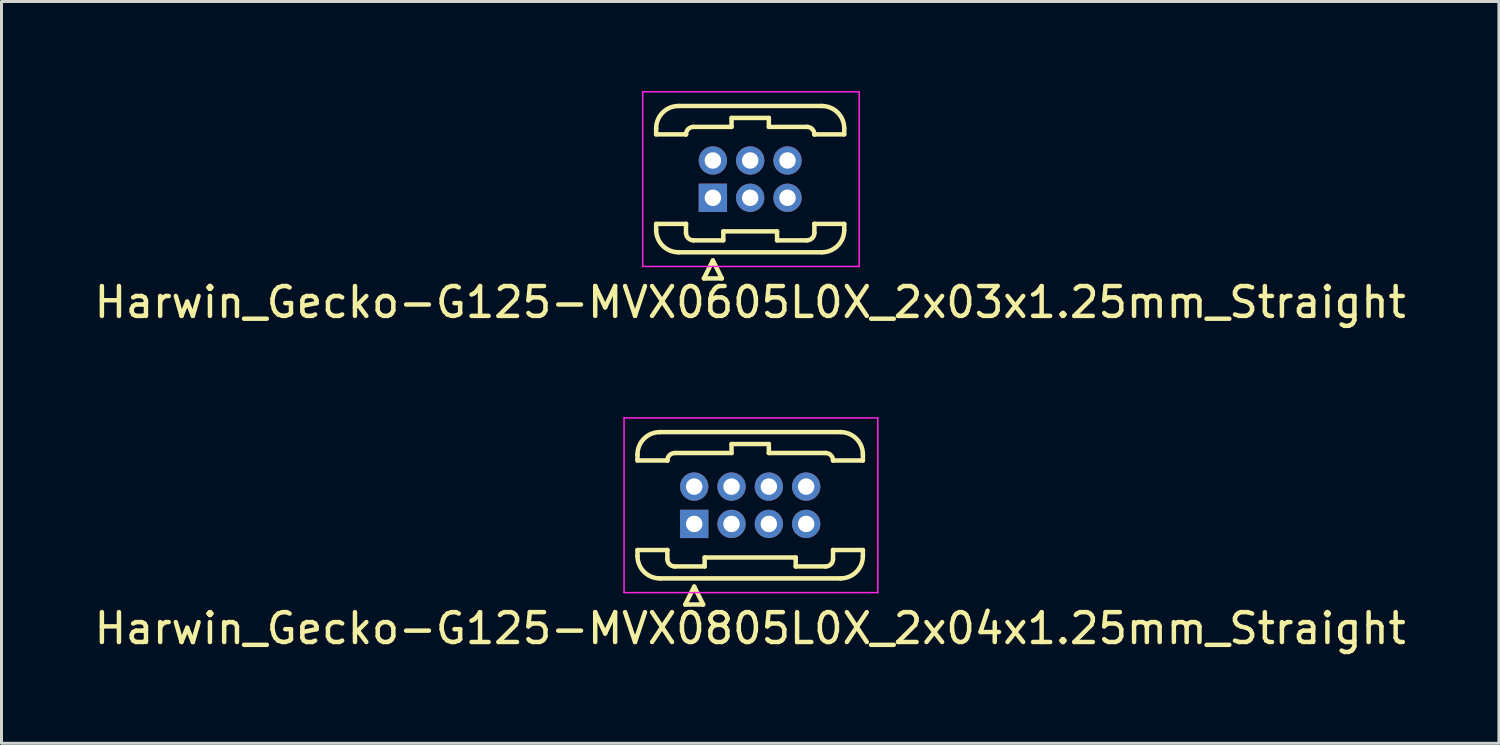
<source format=kicad_pcb>
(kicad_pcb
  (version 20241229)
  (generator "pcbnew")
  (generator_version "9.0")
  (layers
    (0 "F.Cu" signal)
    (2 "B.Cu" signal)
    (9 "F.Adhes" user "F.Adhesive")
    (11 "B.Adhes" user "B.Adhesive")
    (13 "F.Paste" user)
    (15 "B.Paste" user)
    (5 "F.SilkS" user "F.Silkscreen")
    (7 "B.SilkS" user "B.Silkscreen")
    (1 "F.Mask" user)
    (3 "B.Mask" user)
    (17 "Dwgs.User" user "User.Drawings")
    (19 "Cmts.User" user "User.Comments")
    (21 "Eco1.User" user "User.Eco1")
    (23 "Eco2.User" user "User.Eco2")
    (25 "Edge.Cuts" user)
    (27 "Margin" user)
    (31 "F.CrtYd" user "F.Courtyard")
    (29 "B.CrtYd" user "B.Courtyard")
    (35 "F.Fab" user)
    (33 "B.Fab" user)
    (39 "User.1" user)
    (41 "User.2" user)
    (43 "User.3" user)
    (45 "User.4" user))
  (footprint "Harwin_Gecko-G125-MVX0805L0X_2x04x1.25mm_Straight"
    (layer "F.Cu")
    (at 20.202 14.498)
    (property "Reference" "Harwin_Gecko-G125-MVX0805L0X_2x04x1.25mm_Straight" (at 1.875 3.5 0) (layer "F.SilkS") (effects (font (size 1 1) (thickness 0.15))))
    (attr through_hole)
    (fp_line (start -1.9 -2.325) (end -1.9 -2.125) (stroke (width 0.15) (type solid)) (layer "F.SilkS"))
    (fp_line (start -1.9 -2.125) (end -0.9 -2.125) (stroke (width 0.15) (type solid)) (layer "F.SilkS"))
    (fp_line (start -1.9 0.875) (end -0.9 0.875) (stroke (width 0.15) (type solid)) (layer "F.SilkS"))
    (fp_line (start -1.9 1.075) (end -1.9 0.875) (stroke (width 0.15) (type solid)) (layer "F.SilkS"))
    (fp_line (start -1.15 -3.075) (end 4.9 -3.075) (stroke (width 0.15) (type solid)) (layer "F.SilkS"))
    (fp_line (start -1.15 1.825) (end 4.9 1.825) (stroke (width 0.15) (type solid)) (layer "F.SilkS"))
    (fp_line (start -0.9 -2.125) (end -0.9 -2.125) (stroke (width 0.15) (type solid)) (layer "F.SilkS"))
    (fp_line (start -0.9 0.875) (end -0.9 0.875) (stroke (width 0.15) (type solid)) (layer "F.SilkS"))
    (fp_line (start -0.9 1.175) (end -0.9 0.875) (stroke (width 0.15) (type solid)) (layer "F.SilkS"))
    (fp_line (start -0.65 -2.375) (end 1.25 -2.375) (stroke (width 0.15) (type solid)) (layer "F.SilkS"))
    (fp_line (start -0.65 1.425) (end 0.35 1.425) (stroke (width 0.15) (type solid)) (layer "F.SilkS"))
    (fp_line (start -0.3 2.7) (end 0.3 2.7) (stroke (width 0.15) (type solid)) (layer "F.SilkS"))
    (fp_line (start 0 2.1) (end -0.3 2.7) (stroke (width 0.15) (type solid)) (layer "F.SilkS"))
    (fp_line (start 0.3 2.7) (end 0 2.1) (stroke (width 0.15) (type solid)) (layer "F.SilkS"))
    (fp_line (start 0.35 1.125) (end 3.4 1.125) (stroke (width 0.15) (type solid)) (layer "F.SilkS"))
    (fp_line (start 0.35 1.425) (end 0.35 1.125) (stroke (width 0.15) (type solid)) (layer "F.SilkS"))
    (fp_line (start 1.25 -2.675) (end 2.5 -2.675) (stroke (width 0.15) (type solid)) (layer "F.SilkS"))
    (fp_line (start 1.25 -2.375) (end 1.25 -2.675) (stroke (width 0.15) (type solid)) (layer "F.SilkS"))
    (fp_line (start 2.5 -2.675) (end 2.5 -2.375) (stroke (width 0.15) (type solid)) (layer "F.SilkS"))
    (fp_line (start 2.5 -2.375) (end 4.4 -2.375) (stroke (width 0.15) (type solid)) (layer "F.SilkS"))
    (fp_line (start 3.4 1.125) (end 3.4 1.425) (stroke (width 0.15) (type solid)) (layer "F.SilkS"))
    (fp_line (start 3.4 1.425) (end 4.4 1.425) (stroke (width 0.15) (type solid)) (layer "F.SilkS"))
    (fp_line (start 4.65 -2.125) (end 4.65 -2.125) (stroke (width 0.15) (type solid)) (layer "F.SilkS"))
    (fp_line (start 4.65 0.875) (end 4.65 0.875) (stroke (width 0.15) (type solid)) (layer "F.SilkS"))
    (fp_line (start 4.65 1.175) (end 4.65 0.875) (stroke (width 0.15) (type solid)) (layer "F.SilkS"))
    (fp_line (start 5.65 -2.325) (end 5.65 -2.125) (stroke (width 0.15) (type solid)) (layer "F.SilkS"))
    (fp_line (start 5.65 -2.125) (end 4.65 -2.125) (stroke (width 0.15) (type solid)) (layer "F.SilkS"))
    (fp_line (start 5.65 0.875) (end 4.65 0.875) (stroke (width 0.15) (type solid)) (layer "F.SilkS"))
    (fp_line (start 5.65 1.075) (end 5.65 0.875) (stroke (width 0.15) (type solid)) (layer "F.SilkS"))
    (fp_arc (start -1.9 -2.325) (mid -1.68033 -2.85533) (end -1.15 -3.075) (stroke (width 0.15) (type solid)) (layer "F.SilkS"))
    (fp_arc (start -1.15 1.825) (mid -1.68033 1.60533) (end -1.9 1.075) (stroke (width 0.15) (type solid)) (layer "F.SilkS"))
    (fp_arc (start -0.9 -2.125) (mid -0.826777 -2.301777) (end -0.65 -2.375) (stroke (width 0.15) (type solid)) (layer "F.SilkS"))
    (fp_arc (start -0.65 1.425) (mid -0.826777 1.351777) (end -0.9 1.175) (stroke (width 0.15) (type solid)) (layer "F.SilkS"))
    (fp_arc (start 4.4 -2.375) (mid 4.576777 -2.301777) (end 4.65 -2.125) (stroke (width 0.15) (type solid)) (layer "F.SilkS"))
    (fp_arc (start 4.65 1.175) (mid 4.576777 1.351777) (end 4.4 1.425) (stroke (width 0.15) (type solid)) (layer "F.SilkS"))
    (fp_arc (start 4.9 -3.075) (mid 5.43033 -2.85533) (end 5.65 -2.325) (stroke (width 0.15) (type solid)) (layer "F.SilkS"))
    (fp_arc (start 5.65 1.075) (mid 5.43033 1.60533) (end 4.9 1.825) (stroke (width 0.15) (type solid)) (layer "F.SilkS"))
    (fp_line (start -2.35 -3.55) (end -2.35 2.3) (stroke (width 0.05) (type solid)) (layer "F.CrtYd"))
    (fp_line (start -2.35 2.3) (end 6.15 2.3) (stroke (width 0.05) (type solid)) (layer "F.CrtYd"))
    (fp_line (start 6.15 -3.55) (end -2.35 -3.55) (stroke (width 0.05) (type solid)) (layer "F.CrtYd"))
    (fp_line (start 6.15 2.3) (end 6.15 -3.55) (stroke (width 0.05) (type solid)) (layer "F.CrtYd"))
    (pad "1" thru_hole rect (at 0 0) (size 0.95 0.95) (drill 0.55) (layers "*.Cu" "*.Mask"))
    (pad "2" thru_hole circle (at 0 -1.25) (size 0.95 0.95) (drill 0.55) (layers "*.Cu" "*.Mask"))
    (pad "3" thru_hole circle (at 1.25 0) (size 0.95 0.95) (drill 0.55) (layers "*.Cu" "*.Mask"))
    (pad "4" thru_hole circle (at 1.25 -1.25) (size 0.95 0.95) (drill 0.55) (layers "*.Cu" "*.Mask"))
    (pad "5" thru_hole circle (at 2.5 0) (size 0.95 0.95) (drill 0.55) (layers "*.Cu" "*.Mask"))
    (pad "6" thru_hole circle (at 2.5 -1.25) (size 0.95 0.95) (drill 0.55) (layers "*.Cu" "*.Mask"))
    (pad "7" thru_hole circle (at 3.75 0) (size 0.95 0.95) (drill 0.55) (layers "*.Cu" "*.Mask"))
    (pad "8" thru_hole circle (at 3.75 -1.25) (size 0.95 0.95) (drill 0.55) (layers "*.Cu" "*.Mask")))
  (footprint "Harwin_Gecko-G125-MVX0605L0X_2x03x1.25mm_Straight"
    (layer "F.Cu")
    (at 20.827 3.575)
    (property "Reference" "Harwin_Gecko-G125-MVX0605L0X_2x03x1.25mm_Straight" (at 1.25 3.5 0) (layer "F.SilkS") (effects (font (size 1 1) (thickness 0.15))))
    (attr through_hole)
    (fp_line (start -1.9 -2.325) (end -1.9 -2.125) (stroke (width 0.15) (type solid)) (layer "F.SilkS"))
    (fp_line (start -1.9 -2.125) (end -0.9 -2.125) (stroke (width 0.15) (type solid)) (layer "F.SilkS"))
    (fp_line (start -1.9 0.875) (end -0.9 0.875) (stroke (width 0.15) (type solid)) (layer "F.SilkS"))
    (fp_line (start -1.9 1.075) (end -1.9 0.875) (stroke (width 0.15) (type solid)) (layer "F.SilkS"))
    (fp_line (start -1.15 -3.075) (end 3.65 -3.075) (stroke (width 0.15) (type solid)) (layer "F.SilkS"))
    (fp_line (start -1.15 1.825) (end 3.65 1.825) (stroke (width 0.15) (type solid)) (layer "F.SilkS"))
    (fp_line (start -0.9 -2.125) (end -0.9 -2.125) (stroke (width 0.15) (type solid)) (layer "F.SilkS"))
    (fp_line (start -0.9 0.875) (end -0.9 0.875) (stroke (width 0.15) (type solid)) (layer "F.SilkS"))
    (fp_line (start -0.9 1.175) (end -0.9 0.875) (stroke (width 0.15) (type solid)) (layer "F.SilkS"))
    (fp_line (start -0.65 -2.375) (end 0.625 -2.375) (stroke (width 0.15) (type solid)) (layer "F.SilkS"))
    (fp_line (start -0.65 1.425) (end 0.35 1.425) (stroke (width 0.15) (type solid)) (layer "F.SilkS"))
    (fp_line (start -0.3 2.7) (end 0.3 2.7) (stroke (width 0.15) (type solid)) (layer "F.SilkS"))
    (fp_line (start 0 2.1) (end -0.3 2.7) (stroke (width 0.15) (type solid)) (layer "F.SilkS"))
    (fp_line (start 0.3 2.7) (end 0 2.1) (stroke (width 0.15) (type solid)) (layer "F.SilkS"))
    (fp_line (start 0.35 1.125) (end 2.15 1.125) (stroke (width 0.15) (type solid)) (layer "F.SilkS"))
    (fp_line (start 0.35 1.425) (end 0.35 1.125) (stroke (width 0.15) (type solid)) (layer "F.SilkS"))
    (fp_line (start 0.625 -2.675) (end 1.875 -2.675) (stroke (width 0.15) (type solid)) (layer "F.SilkS"))
    (fp_line (start 0.625 -2.375) (end 0.625 -2.675) (stroke (width 0.15) (type solid)) (layer "F.SilkS"))
    (fp_line (start 1.875 -2.675) (end 1.875 -2.375) (stroke (width 0.15) (type solid)) (layer "F.SilkS"))
    (fp_line (start 1.875 -2.375) (end 3.15 -2.375) (stroke (width 0.15) (type solid)) (layer "F.SilkS"))
    (fp_line (start 2.15 1.125) (end 2.15 1.425) (stroke (width 0.15) (type solid)) (layer "F.SilkS"))
    (fp_line (start 2.15 1.425) (end 3.15 1.425) (stroke (width 0.15) (type solid)) (layer "F.SilkS"))
    (fp_line (start 3.4 -2.125) (end 3.4 -2.125) (stroke (width 0.15) (type solid)) (layer "F.SilkS"))
    (fp_line (start 3.4 0.875) (end 3.4 0.875) (stroke (width 0.15) (type solid)) (layer "F.SilkS"))
    (fp_line (start 3.4 1.175) (end 3.4 0.875) (stroke (width 0.15) (type solid)) (layer "F.SilkS"))
    (fp_line (start 4.4 -2.325) (end 4.4 -2.125) (stroke (width 0.15) (type solid)) (layer "F.SilkS"))
    (fp_line (start 4.4 -2.125) (end 3.4 -2.125) (stroke (width 0.15) (type solid)) (layer "F.SilkS"))
    (fp_line (start 4.4 0.875) (end 3.4 0.875) (stroke (width 0.15) (type solid)) (layer "F.SilkS"))
    (fp_line (start 4.4 1.075) (end 4.4 0.875) (stroke (width 0.15) (type solid)) (layer "F.SilkS"))
    (fp_arc (start -1.9 -2.325) (mid -1.68033 -2.85533) (end -1.15 -3.075) (stroke (width 0.15) (type solid)) (layer "F.SilkS"))
    (fp_arc (start -1.15 1.825) (mid -1.68033 1.60533) (end -1.9 1.075) (stroke (width 0.15) (type solid)) (layer "F.SilkS"))
    (fp_arc (start -0.9 -2.125) (mid -0.826777 -2.301777) (end -0.65 -2.375) (stroke (width 0.15) (type solid)) (layer "F.SilkS"))
    (fp_arc (start -0.65 1.425) (mid -0.826777 1.351777) (end -0.9 1.175) (stroke (width 0.15) (type solid)) (layer "F.SilkS"))
    (fp_arc (start 3.15 -2.375) (mid 3.326777 -2.301777) (end 3.4 -2.125) (stroke (width 0.15) (type solid)) (layer "F.SilkS"))
    (fp_arc (start 3.4 1.175) (mid 3.326777 1.351777) (end 3.15 1.425) (stroke (width 0.15) (type solid)) (layer "F.SilkS"))
    (fp_arc (start 3.65 -3.075) (mid 4.18033 -2.85533) (end 4.4 -2.325) (stroke (width 0.15) (type solid)) (layer "F.SilkS"))
    (fp_arc (start 4.4 1.075) (mid 4.18033 1.60533) (end 3.65 1.825) (stroke (width 0.15) (type solid)) (layer "F.SilkS"))
    (fp_line (start -2.35 -3.55) (end -2.35 2.3) (stroke (width 0.05) (type solid)) (layer "F.CrtYd"))
    (fp_line (start -2.35 2.3) (end 4.9 2.3) (stroke (width 0.05) (type solid)) (layer "F.CrtYd"))
    (fp_line (start 4.9 -3.55) (end -2.35 -3.55) (stroke (width 0.05) (type solid)) (layer "F.CrtYd"))
    (fp_line (start 4.9 2.3) (end 4.9 -3.55) (stroke (width 0.05) (type solid)) (layer "F.CrtYd"))
    (pad "1" thru_hole rect (at 0 0) (size 0.95 0.95) (drill 0.55) (layers "*.Cu" "*.Mask"))
    (pad "2" thru_hole circle (at 1.25 0) (size 0.95 0.95) (drill 0.55) (layers "*.Cu" "*.Mask"))
    (pad "3" thru_hole circle (at 2.5 0) (size 0.95 0.95) (drill 0.55) (layers "*.Cu" "*.Mask"))
    (pad "4" thru_hole circle (at 0 -1.25) (size 0.95 0.95) (drill 0.55) (layers "*.Cu" "*.Mask"))
    (pad "5" thru_hole circle (at 1.25 -1.25) (size 0.95 0.95) (drill 0.55) (layers "*.Cu" "*.Mask"))
    (pad "6" thru_hole circle (at 2.5 -1.25) (size 0.95 0.95) (drill 0.55) (layers "*.Cu" "*.Mask")))
  (gr_rect
    (start -3 -3)
    (end 47.155 21.846)
    (stroke (width 0.1) (type default))
    (fill no)
    (layer "Edge.Cuts")))
</source>
